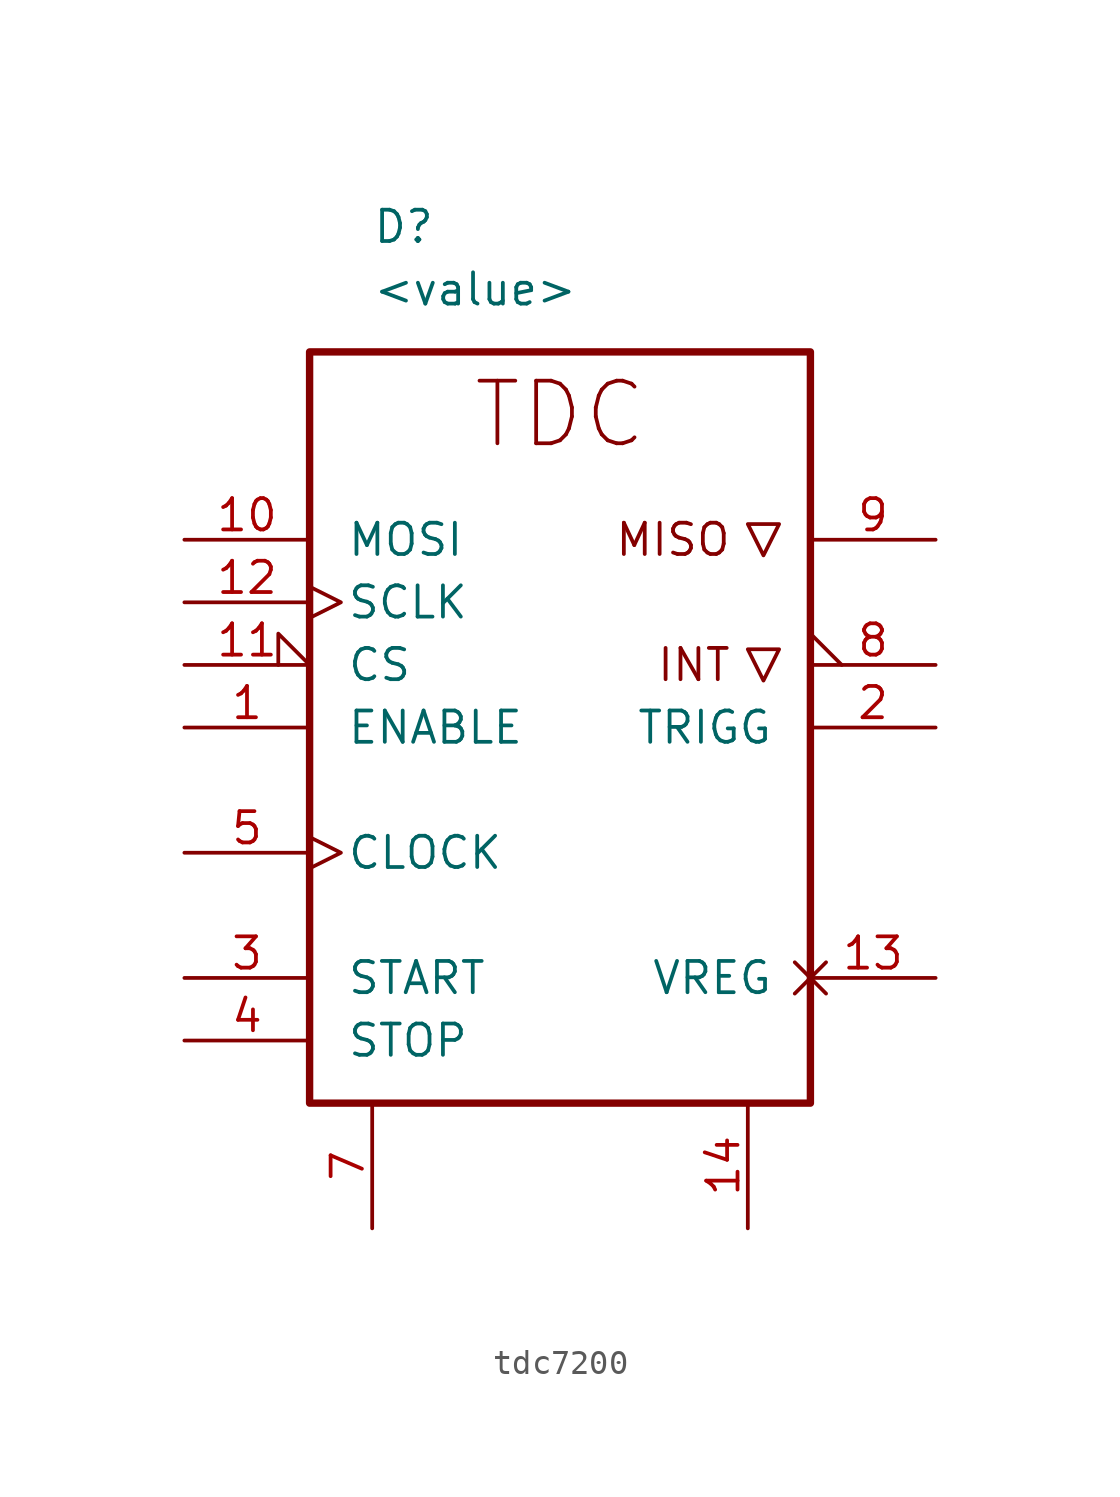
<source format=kicad_sym>
(kicad_symbol_lib
  (version 20231120)
  (generator "kicad_symbol_editor")
  (generator_version "8.0")
  (symbol "tdc7200"
    (pin_names
      (offset 1.5))
    (property "Reference" "D"
      (at -5.08 10.16 0)
      (effects (font (size 1.27 1.27)) (justify left)))
    (property "Value" "<value>"
      (at -5.08 7.62 0)
      (effects (font (size 1.27 1.27)) (justify left)))
    (symbol "tdc7200_0_1"
      (rectangle (start -7.62 5.08) (end 12.7 -25.4) (stroke (width 0.3) (type default)) (fill (type none)))
      (polyline (pts (xy 10.16 -6.985) (xy 11.43 -6.985) (xy 10.795 -8.255) (xy 10.16 -6.985)) (stroke (width 0) (type default)) (fill (type none)))
      (polyline (pts (xy 10.16 -1.905) (xy 11.43 -1.905) (xy 10.795 -3.175) (xy 10.16 -1.905)) (stroke (width 0) (type default)) (fill (type none))))
    (symbol "tdc7200_1_1"
      (text "INT" (at 9.525 -7.62 0) (effects (font (size 1.27 1.27)) (justify right)))
      (text "MISO" (at 9.525 -2.54 0) (effects (font (size 1.27 1.27)) (justify right)))
      (text "TDC" (at 2.54 2.54 0) (effects (font (size 2.54 2.54))))
      (pin input line (at -12.7 -10.16 0) (length 5.08) (name "ENABLE" (effects (font (size 1.27 1.27)))) (number "1" (effects (font (size 1.27 1.27)))))
      (pin input line (at -12.7 -2.54 0) (length 5.08) (name "MOSI" (effects (font (size 1.27 1.27)))) (number "10" (effects (font (size 1.27 1.27)))))
      (pin input input_low (at -12.7 -7.62 0) (length 5.08) (name "CS" (effects (font (size 1.27 1.27)))) (number "11" (effects (font (size 1.27 1.27)))))
      (pin input clock (at -12.7 -5.08 0) (length 5.08) (name "SCLK" (effects (font (size 1.27 1.27)))) (number "12" (effects (font (size 1.27 1.27)))))
      (pin output non_logic (at 17.78 -20.32 180) (length 5.08) (name "VREG" (effects (font (size 1.27 1.27)))) (number "13" (effects (font (size 1.27 1.27)))))
      (pin power_in line (at 10.16 -30.48 90) (length 5.08) (name "" (effects (font (size 1.27 1.27)))) (number "14" (effects (font (size 1.27 1.27)))))
      (pin output line (at 17.78 -10.16 180) (length 5.08) (name "TRIGG" (effects (font (size 1.27 1.27)))) (number "2" (effects (font (size 1.27 1.27)))))
      (pin input line (at -12.7 -20.32 0) (length 5.08) (name "START" (effects (font (size 1.27 1.27)))) (number "3" (effects (font (size 1.27 1.27)))))
      (pin input line (at -12.7 -22.86 0) (length 5.08) (name "STOP" (effects (font (size 1.27 1.27)))) (number "4" (effects (font (size 1.27 1.27)))))
      (pin input clock (at -12.7 -15.24 0) (length 5.08) (name "CLOCK" (effects (font (size 1.27 1.27)))) (number "5" (effects (font (size 1.27 1.27)))))
      (pin power_in line (at -5.08 -30.48 90) (length 5.08) (name "" (effects (font (size 1.27 1.27)))) (number "7" (effects (font (size 1.27 1.27)))))
      (pin open_collector output_low (at 17.78 -7.62 180) (length 5.08) (name "" (effects (font (size 1.27 1.27)))) (number "8" (effects (font (size 1.27 1.27)))))
      (pin output line (at 17.78 -2.54 180) (length 5.08) (name "" (effects (font (size 1.27 1.27)))) (number "9" (effects (font (size 1.27 1.27))))))))
</source>
